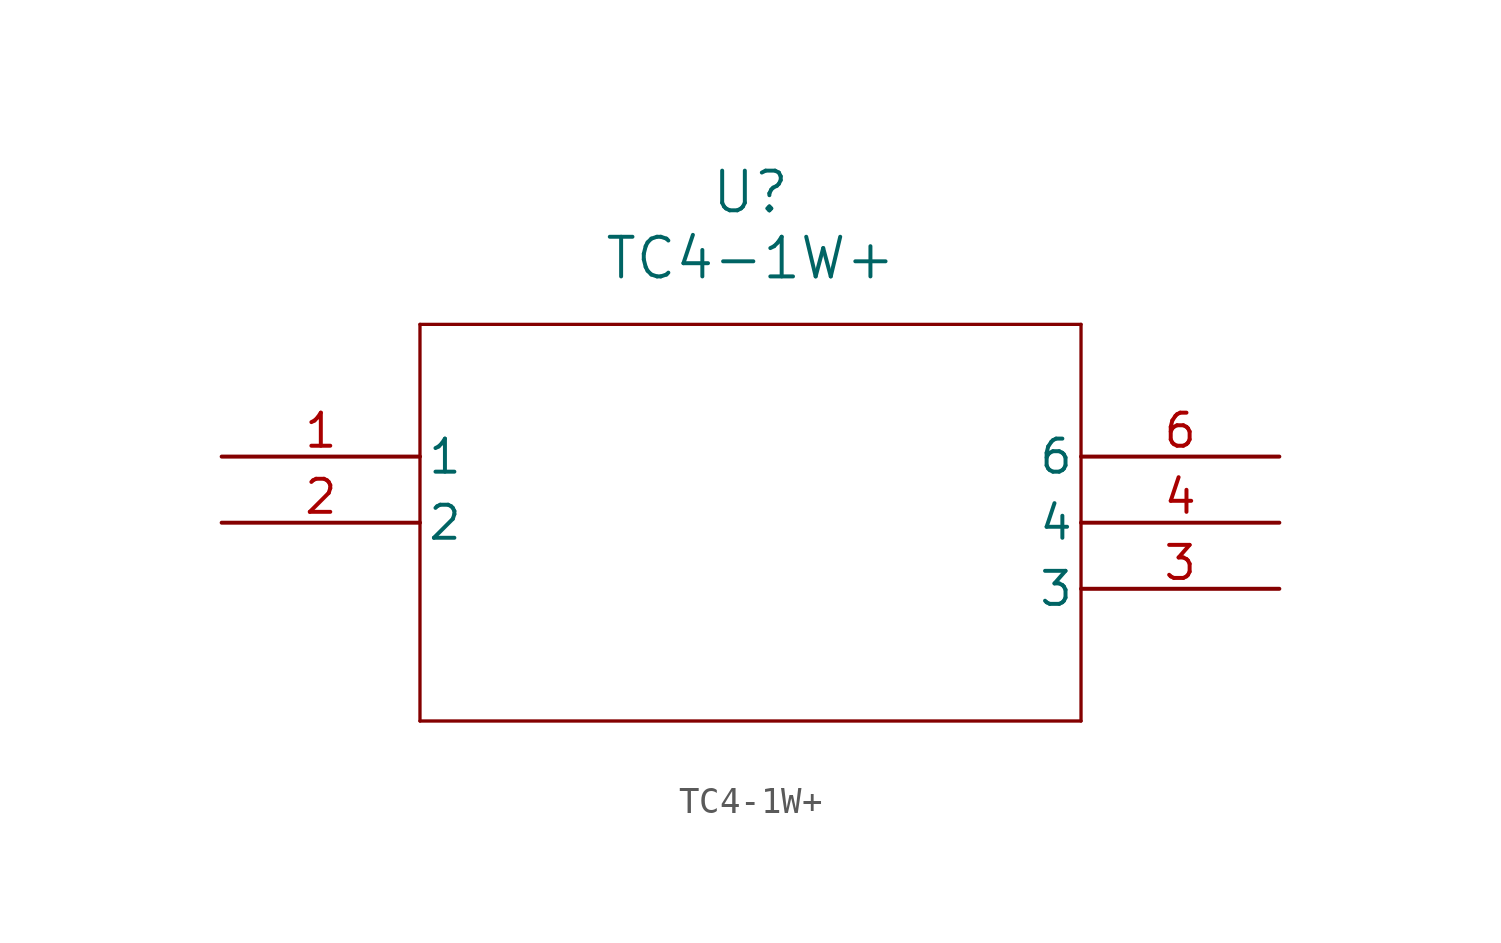
<source format=kicad_sym>
(kicad_symbol_lib
  (version 20211014)
  (generator kicad_symbol_editor)
  (symbol "TC4-1W+"
    (pin_names
      (offset 0.254))
    (property "Reference" "U"
      (at 20.32 10.16 0)
      (effects (font (size 1.524 1.524))))
    (property "Value" "TC4-1W+"
      (at 20.32 7.62 0)
      (effects (font (size 1.524 1.524))))
    (symbol "TC4-1W+_0_1"
      (polyline (pts (xy 7.62 5.08) (xy 7.62 -10.16)) (stroke (width 0.127) (type default) (color 0 0 0 0)) (fill (type none)))
      (polyline (pts (xy 7.62 -10.16) (xy 33.02 -10.16)) (stroke (width 0.127) (type default) (color 0 0 0 0)) (fill (type none)))
      (polyline (pts (xy 33.02 -10.16) (xy 33.02 5.08)) (stroke (width 0.127) (type default) (color 0 0 0 0)) (fill (type none)))
      (polyline (pts (xy 33.02 5.08) (xy 7.62 5.08)) (stroke (width 0.127) (type default) (color 0 0 0 0)) (fill (type none)))
      (pin unspecified line (at 0 0 0) (length 7.62) (name "1" (effects (font (size 1.27 1.27)))) (number "1" (effects (font (size 1.27 1.27)))))
      (pin unspecified line (at 0 -2.54 0) (length 7.62) (name "2" (effects (font (size 1.27 1.27)))) (number "2" (effects (font (size 1.27 1.27)))))
      (pin unspecified line (at 40.64 -5.08 180) (length 7.62) (name "3" (effects (font (size 1.27 1.27)))) (number "3" (effects (font (size 1.27 1.27)))))
      (pin unspecified line (at 40.64 -2.54 180) (length 7.62) (name "4" (effects (font (size 1.27 1.27)))) (number "4" (effects (font (size 1.27 1.27)))))
      (pin unspecified line (at 40.64 0 180) (length 7.62) (name "6" (effects (font (size 1.27 1.27)))) (number "6" (effects (font (size 1.27 1.27))))))))
</source>
